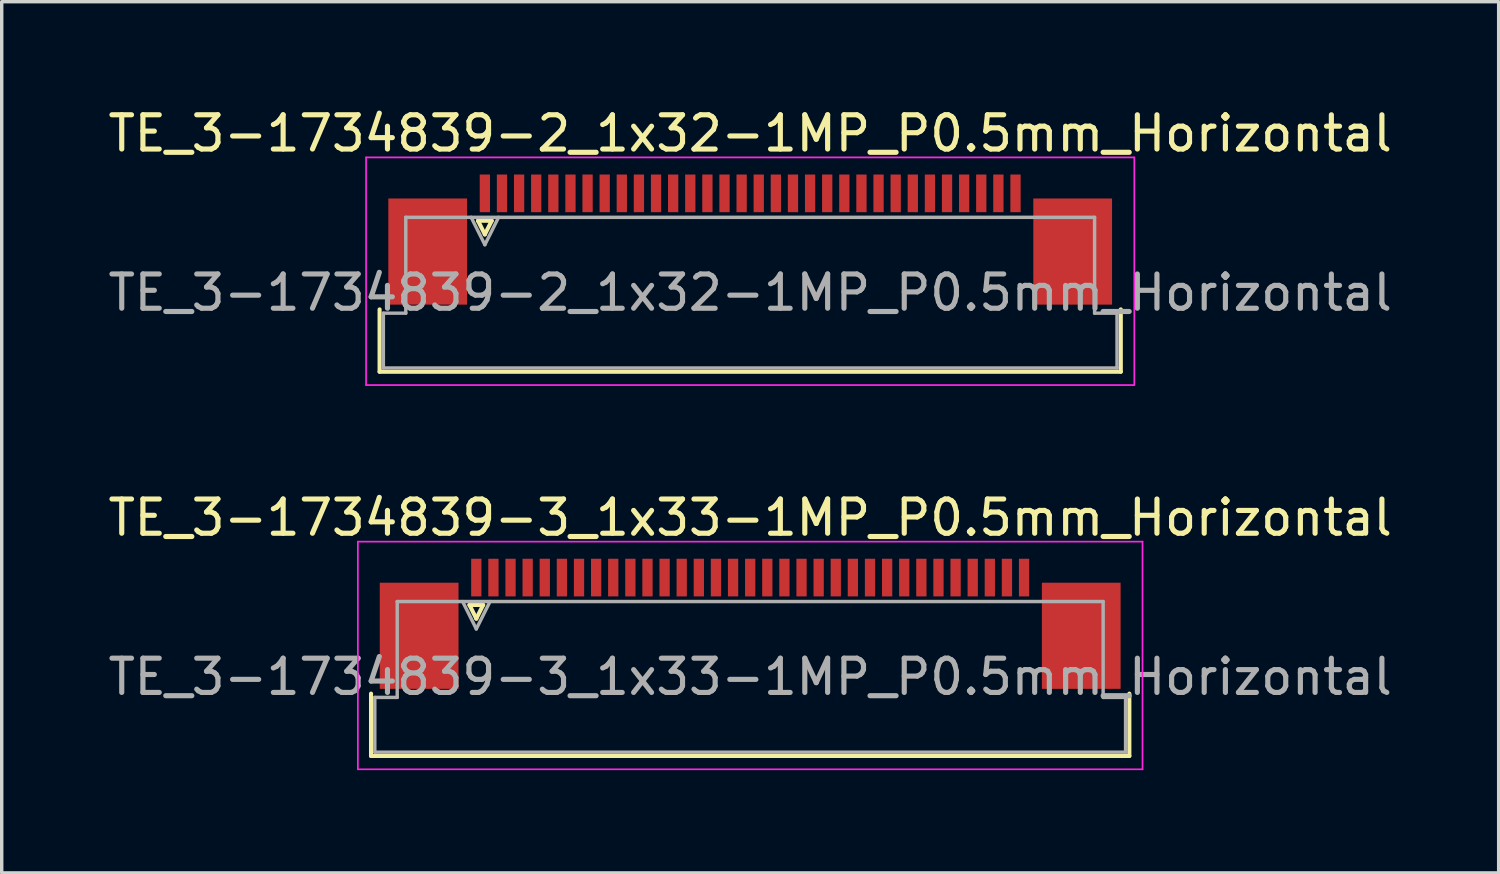
<source format=kicad_pcb>
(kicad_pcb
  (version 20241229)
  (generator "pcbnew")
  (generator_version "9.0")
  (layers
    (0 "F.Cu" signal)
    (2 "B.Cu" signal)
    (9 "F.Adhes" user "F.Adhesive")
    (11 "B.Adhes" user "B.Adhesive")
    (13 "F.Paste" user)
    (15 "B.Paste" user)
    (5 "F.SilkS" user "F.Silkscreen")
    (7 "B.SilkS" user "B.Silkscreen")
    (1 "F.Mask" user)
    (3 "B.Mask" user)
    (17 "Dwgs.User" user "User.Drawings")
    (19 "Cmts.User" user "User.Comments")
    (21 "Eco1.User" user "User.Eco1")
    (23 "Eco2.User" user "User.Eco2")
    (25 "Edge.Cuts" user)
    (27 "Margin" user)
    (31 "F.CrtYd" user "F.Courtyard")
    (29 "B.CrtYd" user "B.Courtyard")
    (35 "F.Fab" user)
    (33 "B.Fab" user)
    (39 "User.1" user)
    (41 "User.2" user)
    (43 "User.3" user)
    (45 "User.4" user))
  (footprint "TE_3-1734839-2_1x32-1MP_P0.5mm_Horizontal"
    (layer "F.Cu")
    (at 18.863 4.398)
    (property "Reference" "TE_3-1734839-2_1x32-1MP_P0.5mm_Horizontal" (at 0 -3.55 0) (layer "F.SilkS") (effects (font (size 1 1) (thickness 0.15))))
    (attr smd)
    (fp_line (start -10.825 3.41) (end -10.825 1.59) (stroke (width 0.12) (type solid)) (layer "F.SilkS"))
    (fp_line (start -7.95 -1) (end -7.75 -0.6) (stroke (width 0.12) (type solid)) (layer "F.SilkS"))
    (fp_line (start -7.75 -0.6) (end -7.55 -1) (stroke (width 0.12) (type solid)) (layer "F.SilkS"))
    (fp_line (start -7.55 -1) (end -7.95 -1) (stroke (width 0.12) (type solid)) (layer "F.SilkS"))
    (fp_line (start 10.825 1.59) (end 10.825 3.41) (stroke (width 0.12) (type solid)) (layer "F.SilkS"))
    (fp_line (start 10.825 3.41) (end -10.825 3.41) (stroke (width 0.12) (type solid)) (layer "F.SilkS"))
    (fp_line (start -11.22 -2.85) (end -11.22 3.8) (stroke (width 0.05) (type solid)) (layer "F.CrtYd"))
    (fp_line (start -11.22 3.8) (end 11.22 3.8) (stroke (width 0.05) (type solid)) (layer "F.CrtYd"))
    (fp_line (start 11.22 -2.85) (end -11.22 -2.85) (stroke (width 0.05) (type solid)) (layer "F.CrtYd"))
    (fp_line (start 11.22 3.8) (end 11.22 -2.85) (stroke (width 0.05) (type solid)) (layer "F.CrtYd"))
    (fp_line (start -10.715 1.7) (end -10.06 1.7) (stroke (width 0.1) (type solid)) (layer "F.Fab"))
    (fp_line (start -10.715 3.3) (end -10.715 1.7) (stroke (width 0.1) (type solid)) (layer "F.Fab"))
    (fp_line (start -10.06 -1.1) (end 10.06 -1.1) (stroke (width 0.1) (type solid)) (layer "F.Fab"))
    (fp_line (start -10.06 1.7) (end -10.06 -1.1) (stroke (width 0.1) (type solid)) (layer "F.Fab"))
    (fp_line (start -8.15 -1.1) (end -7.75 -0.3) (stroke (width 0.1) (type solid)) (layer "F.Fab"))
    (fp_line (start -7.75 -0.3) (end -7.35 -1.1) (stroke (width 0.1) (type solid)) (layer "F.Fab"))
    (fp_line (start 10.06 -1.1) (end 10.06 1.7) (stroke (width 0.1) (type solid)) (layer "F.Fab"))
    (fp_line (start 10.06 1.7) (end 10.715 1.7) (stroke (width 0.1) (type solid)) (layer "F.Fab"))
    (fp_line (start 10.715 1.7) (end 10.715 3.3) (stroke (width 0.1) (type solid)) (layer "F.Fab"))
    (fp_line (start 10.715 3.3) (end -10.715 3.3) (stroke (width 0.1) (type solid)) (layer "F.Fab"))
    (fp_text user "${REFERENCE}" (at 0 1.1 0) (layer "F.Fab") (effects (font (size 1 1) (thickness 0.15))))
    (pad "1" smd rect (at -7.75 -1.8) (size 0.3 1.1) (layers "F.Cu" "F.Mask" "F.Paste"))
    (pad "2" smd rect (at -7.25 -1.8) (size 0.3 1.1) (layers "F.Cu" "F.Mask" "F.Paste"))
    (pad "3" smd rect (at -6.75 -1.8) (size 0.3 1.1) (layers "F.Cu" "F.Mask" "F.Paste"))
    (pad "4" smd rect (at -6.25 -1.8) (size 0.3 1.1) (layers "F.Cu" "F.Mask" "F.Paste"))
    (pad "5" smd rect (at -5.75 -1.8) (size 0.3 1.1) (layers "F.Cu" "F.Mask" "F.Paste"))
    (pad "6" smd rect (at -5.25 -1.8) (size 0.3 1.1) (layers "F.Cu" "F.Mask" "F.Paste"))
    (pad "7" smd rect (at -4.75 -1.8) (size 0.3 1.1) (layers "F.Cu" "F.Mask" "F.Paste"))
    (pad "8" smd rect (at -4.25 -1.8) (size 0.3 1.1) (layers "F.Cu" "F.Mask" "F.Paste"))
    (pad "9" smd rect (at -3.75 -1.8) (size 0.3 1.1) (layers "F.Cu" "F.Mask" "F.Paste"))
    (pad "10" smd rect (at -3.25 -1.8) (size 0.3 1.1) (layers "F.Cu" "F.Mask" "F.Paste"))
    (pad "11" smd rect (at -2.75 -1.8) (size 0.3 1.1) (layers "F.Cu" "F.Mask" "F.Paste"))
    (pad "12" smd rect (at -2.25 -1.8) (size 0.3 1.1) (layers "F.Cu" "F.Mask" "F.Paste"))
    (pad "13" smd rect (at -1.75 -1.8) (size 0.3 1.1) (layers "F.Cu" "F.Mask" "F.Paste"))
    (pad "14" smd rect (at -1.25 -1.8) (size 0.3 1.1) (layers "F.Cu" "F.Mask" "F.Paste"))
    (pad "15" smd rect (at -0.75 -1.8) (size 0.3 1.1) (layers "F.Cu" "F.Mask" "F.Paste"))
    (pad "16" smd rect (at -0.25 -1.8) (size 0.3 1.1) (layers "F.Cu" "F.Mask" "F.Paste"))
    (pad "17" smd rect (at 0.25 -1.8) (size 0.3 1.1) (layers "F.Cu" "F.Mask" "F.Paste"))
    (pad "18" smd rect (at 0.75 -1.8) (size 0.3 1.1) (layers "F.Cu" "F.Mask" "F.Paste"))
    (pad "19" smd rect (at 1.25 -1.8) (size 0.3 1.1) (layers "F.Cu" "F.Mask" "F.Paste"))
    (pad "20" smd rect (at 1.75 -1.8) (size 0.3 1.1) (layers "F.Cu" "F.Mask" "F.Paste"))
    (pad "21" smd rect (at 2.25 -1.8) (size 0.3 1.1) (layers "F.Cu" "F.Mask" "F.Paste"))
    (pad "22" smd rect (at 2.75 -1.8) (size 0.3 1.1) (layers "F.Cu" "F.Mask" "F.Paste"))
    (pad "23" smd rect (at 3.25 -1.8) (size 0.3 1.1) (layers "F.Cu" "F.Mask" "F.Paste"))
    (pad "24" smd rect (at 3.75 -1.8) (size 0.3 1.1) (layers "F.Cu" "F.Mask" "F.Paste"))
    (pad "25" smd rect (at 4.25 -1.8) (size 0.3 1.1) (layers "F.Cu" "F.Mask" "F.Paste"))
    (pad "26" smd rect (at 4.75 -1.8) (size 0.3 1.1) (layers "F.Cu" "F.Mask" "F.Paste"))
    (pad "27" smd rect (at 5.25 -1.8) (size 0.3 1.1) (layers "F.Cu" "F.Mask" "F.Paste"))
    (pad "28" smd rect (at 5.75 -1.8) (size 0.3 1.1) (layers "F.Cu" "F.Mask" "F.Paste"))
    (pad "29" smd rect (at 6.25 -1.8) (size 0.3 1.1) (layers "F.Cu" "F.Mask" "F.Paste"))
    (pad "30" smd rect (at 6.75 -1.8) (size 0.3 1.1) (layers "F.Cu" "F.Mask" "F.Paste"))
    (pad "31" smd rect (at 7.25 -1.8) (size 0.3 1.1) (layers "F.Cu" "F.Mask" "F.Paste"))
    (pad "32" smd rect (at 7.75 -1.8) (size 0.3 1.1) (layers "F.Cu" "F.Mask" "F.Paste"))
    (pad "MP" smd rect (at -9.42 -0.1) (size 2.3 3.1) (layers "F.Cu" "F.Mask" "F.Paste"))
    (pad "MP" smd rect (at 9.42 -0.1) (size 2.3 3.1) (layers "F.Cu" "F.Mask" "F.Paste")))
  (footprint "TE_3-1734839-3_1x33-1MP_P0.5mm_Horizontal"
    (layer "F.Cu")
    (at 18.863 15.171)
    (property "Reference" "TE_3-1734839-3_1x33-1MP_P0.5mm_Horizontal" (at 0 -3.1 0) (layer "F.SilkS") (effects (font (size 1 1) (thickness 0.15))))
    (attr smd)
    (fp_line (start -11.075 3.86) (end -11.075 2.04) (stroke (width 0.12) (type solid)) (layer "F.SilkS"))
    (fp_line (start -8.2 -0.55) (end -8 -0.15) (stroke (width 0.12) (type solid)) (layer "F.SilkS"))
    (fp_line (start -8 -0.15) (end -7.8 -0.55) (stroke (width 0.12) (type solid)) (layer "F.SilkS"))
    (fp_line (start -7.8 -0.55) (end -8.2 -0.55) (stroke (width 0.12) (type solid)) (layer "F.SilkS"))
    (fp_line (start 11.075 2.04) (end 11.075 3.86) (stroke (width 0.12) (type solid)) (layer "F.SilkS"))
    (fp_line (start 11.075 3.86) (end -11.075 3.86) (stroke (width 0.12) (type solid)) (layer "F.SilkS"))
    (fp_line (start -11.46 -2.4) (end -11.46 4.25) (stroke (width 0.05) (type solid)) (layer "F.CrtYd"))
    (fp_line (start -11.46 4.25) (end 11.46 4.25) (stroke (width 0.05) (type solid)) (layer "F.CrtYd"))
    (fp_line (start 11.46 -2.4) (end -11.46 -2.4) (stroke (width 0.05) (type solid)) (layer "F.CrtYd"))
    (fp_line (start 11.46 4.25) (end 11.46 -2.4) (stroke (width 0.05) (type solid)) (layer "F.CrtYd"))
    (fp_line (start -10.965 2.15) (end -10.31 2.15) (stroke (width 0.1) (type solid)) (layer "F.Fab"))
    (fp_line (start -10.965 3.75) (end -10.965 2.15) (stroke (width 0.1) (type solid)) (layer "F.Fab"))
    (fp_line (start -10.31 -0.65) (end 10.31 -0.65) (stroke (width 0.1) (type solid)) (layer "F.Fab"))
    (fp_line (start -10.31 2.15) (end -10.31 -0.65) (stroke (width 0.1) (type solid)) (layer "F.Fab"))
    (fp_line (start -8.4 -0.65) (end -8 0.15) (stroke (width 0.1) (type solid)) (layer "F.Fab"))
    (fp_line (start -8 0.15) (end -7.6 -0.65) (stroke (width 0.1) (type solid)) (layer "F.Fab"))
    (fp_line (start 10.31 -0.65) (end 10.31 2.15) (stroke (width 0.1) (type solid)) (layer "F.Fab"))
    (fp_line (start 10.31 2.15) (end 10.965 2.15) (stroke (width 0.1) (type solid)) (layer "F.Fab"))
    (fp_line (start 10.965 2.15) (end 10.965 3.75) (stroke (width 0.1) (type solid)) (layer "F.Fab"))
    (fp_line (start 10.965 3.75) (end -10.965 3.75) (stroke (width 0.1) (type solid)) (layer "F.Fab"))
    (fp_text user "${REFERENCE}" (at 0 1.55 0) (layer "F.Fab") (effects (font (size 1 1) (thickness 0.15))))
    (pad "1" smd rect (at -8 -1.35) (size 0.3 1.1) (layers "F.Cu" "F.Mask" "F.Paste"))
    (pad "2" smd rect (at -7.5 -1.35) (size 0.3 1.1) (layers "F.Cu" "F.Mask" "F.Paste"))
    (pad "3" smd rect (at -7 -1.35) (size 0.3 1.1) (layers "F.Cu" "F.Mask" "F.Paste"))
    (pad "4" smd rect (at -6.5 -1.35) (size 0.3 1.1) (layers "F.Cu" "F.Mask" "F.Paste"))
    (pad "5" smd rect (at -6 -1.35) (size 0.3 1.1) (layers "F.Cu" "F.Mask" "F.Paste"))
    (pad "6" smd rect (at -5.5 -1.35) (size 0.3 1.1) (layers "F.Cu" "F.Mask" "F.Paste"))
    (pad "7" smd rect (at -5 -1.35) (size 0.3 1.1) (layers "F.Cu" "F.Mask" "F.Paste"))
    (pad "8" smd rect (at -4.5 -1.35) (size 0.3 1.1) (layers "F.Cu" "F.Mask" "F.Paste"))
    (pad "9" smd rect (at -4 -1.35) (size 0.3 1.1) (layers "F.Cu" "F.Mask" "F.Paste"))
    (pad "10" smd rect (at -3.5 -1.35) (size 0.3 1.1) (layers "F.Cu" "F.Mask" "F.Paste"))
    (pad "11" smd rect (at -3 -1.35) (size 0.3 1.1) (layers "F.Cu" "F.Mask" "F.Paste"))
    (pad "12" smd rect (at -2.5 -1.35) (size 0.3 1.1) (layers "F.Cu" "F.Mask" "F.Paste"))
    (pad "13" smd rect (at -2 -1.35) (size 0.3 1.1) (layers "F.Cu" "F.Mask" "F.Paste"))
    (pad "14" smd rect (at -1.5 -1.35) (size 0.3 1.1) (layers "F.Cu" "F.Mask" "F.Paste"))
    (pad "15" smd rect (at -1 -1.35) (size 0.3 1.1) (layers "F.Cu" "F.Mask" "F.Paste"))
    (pad "16" smd rect (at -0.5 -1.35) (size 0.3 1.1) (layers "F.Cu" "F.Mask" "F.Paste"))
    (pad "17" smd rect (at 0 -1.35) (size 0.3 1.1) (layers "F.Cu" "F.Mask" "F.Paste"))
    (pad "18" smd rect (at 0.5 -1.35) (size 0.3 1.1) (layers "F.Cu" "F.Mask" "F.Paste"))
    (pad "19" smd rect (at 1 -1.35) (size 0.3 1.1) (layers "F.Cu" "F.Mask" "F.Paste"))
    (pad "20" smd rect (at 1.5 -1.35) (size 0.3 1.1) (layers "F.Cu" "F.Mask" "F.Paste"))
    (pad "21" smd rect (at 2 -1.35) (size 0.3 1.1) (layers "F.Cu" "F.Mask" "F.Paste"))
    (pad "22" smd rect (at 2.5 -1.35) (size 0.3 1.1) (layers "F.Cu" "F.Mask" "F.Paste"))
    (pad "23" smd rect (at 3 -1.35) (size 0.3 1.1) (layers "F.Cu" "F.Mask" "F.Paste"))
    (pad "24" smd rect (at 3.5 -1.35) (size 0.3 1.1) (layers "F.Cu" "F.Mask" "F.Paste"))
    (pad "25" smd rect (at 4 -1.35) (size 0.3 1.1) (layers "F.Cu" "F.Mask" "F.Paste"))
    (pad "26" smd rect (at 4.5 -1.35) (size 0.3 1.1) (layers "F.Cu" "F.Mask" "F.Paste"))
    (pad "27" smd rect (at 5 -1.35) (size 0.3 1.1) (layers "F.Cu" "F.Mask" "F.Paste"))
    (pad "28" smd rect (at 5.5 -1.35) (size 0.3 1.1) (layers "F.Cu" "F.Mask" "F.Paste"))
    (pad "29" smd rect (at 6 -1.35) (size 0.3 1.1) (layers "F.Cu" "F.Mask" "F.Paste"))
    (pad "30" smd rect (at 6.5 -1.35) (size 0.3 1.1) (layers "F.Cu" "F.Mask" "F.Paste"))
    (pad "31" smd rect (at 7 -1.35) (size 0.3 1.1) (layers "F.Cu" "F.Mask" "F.Paste"))
    (pad "32" smd rect (at 7.5 -1.35) (size 0.3 1.1) (layers "F.Cu" "F.Mask" "F.Paste"))
    (pad "33" smd rect (at 8 -1.35) (size 0.3 1.1) (layers "F.Cu" "F.Mask" "F.Paste"))
    (pad "MP" smd rect (at -9.67 0.35) (size 2.3 3.1) (layers "F.Cu" "F.Mask" "F.Paste"))
    (pad "MP" smd rect (at 9.67 0.35) (size 2.3 3.1) (layers "F.Cu" "F.Mask" "F.Paste")))
  (gr_rect
    (start -3 -3)
    (end 40.726 22.447)
    (stroke (width 0.1) (type default))
    (fill no)
    (layer "Edge.Cuts")))
</source>
